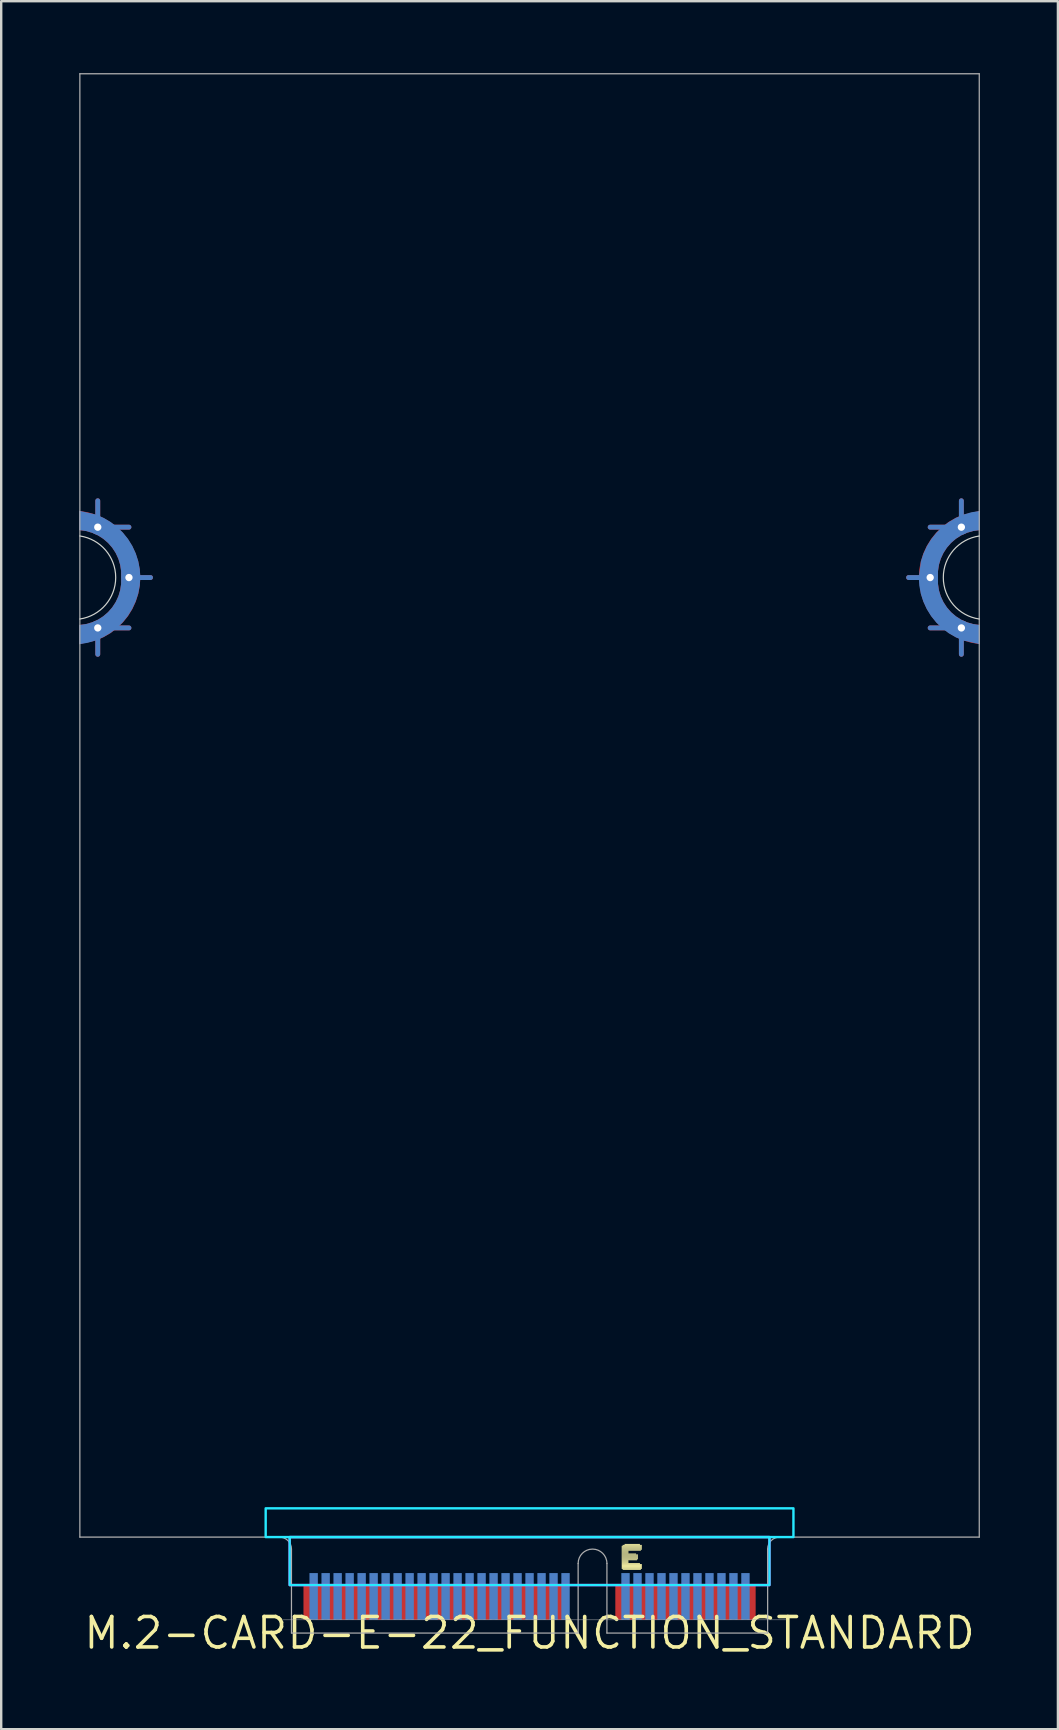
<source format=kicad_pcb>
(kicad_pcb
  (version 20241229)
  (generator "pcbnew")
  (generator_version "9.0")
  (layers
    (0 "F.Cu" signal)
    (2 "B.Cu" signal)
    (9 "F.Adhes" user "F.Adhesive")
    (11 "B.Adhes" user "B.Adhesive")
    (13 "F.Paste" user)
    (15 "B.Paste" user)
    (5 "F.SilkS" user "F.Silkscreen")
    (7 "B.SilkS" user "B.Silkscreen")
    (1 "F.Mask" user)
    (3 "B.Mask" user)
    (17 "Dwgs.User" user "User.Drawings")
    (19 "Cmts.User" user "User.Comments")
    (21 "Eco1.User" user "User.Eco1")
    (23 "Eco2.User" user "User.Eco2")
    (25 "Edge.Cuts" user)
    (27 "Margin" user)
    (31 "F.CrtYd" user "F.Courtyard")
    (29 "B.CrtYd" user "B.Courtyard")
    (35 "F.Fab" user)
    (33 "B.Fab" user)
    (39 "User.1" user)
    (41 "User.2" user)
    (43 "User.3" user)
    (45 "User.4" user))
  (footprint "M.2-CARD-E-22_FUNCTION_STANDARD"
    (layer "F.Cu")
    (at 19.025 65.025)
    (property "Reference" "M.2-CARD-E-22_FUNCTION_STANDARD" (at 0 0 0) (layer "F.SilkS") (effects (font (size 1.27 1.27) (thickness 0.15))))
    (fp_line (start -18 -46.1) (end -18 -47.2) (stroke (width 0.203) (type solid)) (layer "F.Cu"))
    (fp_line (start -18 -46.1) (end -16.7 -46.1) (stroke (width 0.203) (type solid)) (layer "F.Cu"))
    (fp_line (start -18 -41.9) (end -18 -40.8) (stroke (width 0.203) (type solid)) (layer "F.Cu"))
    (fp_line (start -18 -41.9) (end -16.7 -41.9) (stroke (width 0.203) (type solid)) (layer "F.Cu"))
    (fp_line (start -16.7 -44) (end -15.8 -44) (stroke (width 0.203) (type solid)) (layer "F.Cu"))
    (fp_line (start 16.7 -44) (end 15.8 -44) (stroke (width 0.203) (type solid)) (layer "F.Cu"))
    (fp_line (start 18 -46.1) (end 16.7 -46.1) (stroke (width 0.203) (type solid)) (layer "F.Cu"))
    (fp_line (start 18 -46.1) (end 18 -47.2) (stroke (width 0.203) (type solid)) (layer "F.Cu"))
    (fp_line (start 18 -41.9) (end 16.7 -41.9) (stroke (width 0.203) (type solid)) (layer "F.Cu"))
    (fp_line (start 18 -41.9) (end 18 -40.8) (stroke (width 0.203) (type solid)) (layer "F.Cu"))
    (fp_poly (pts (xy -18.41 -46.718) (xy -18.083 -46.622) (xy -17.769 -46.486) (xy -17.474 -46.313) (xy -17.203 -46.106) (xy -16.958 -45.868) (xy -16.744 -45.602) (xy -16.564 -45.311) (xy -16.42 -45.001) (xy -16.314 -44.676) (xy -16.249 -44.341) (xy -16.225 -44) (xy -16.247 -43.658) (xy -16.31 -43.322) (xy -16.414 -42.996) (xy -16.557 -42.685) (xy -16.737 -42.394) (xy -16.952 -42.127) (xy -17.197 -41.888) (xy -17.47 -41.681) (xy -17.766 -41.509) (xy -18.081 -41.374) (xy -18.775 -41.219) (xy -18.775 -42.022) (xy -18.49 -42.061) (xy -18.235 -42.135) (xy -17.994 -42.243) (xy -17.771 -42.385) (xy -17.57 -42.558) (xy -17.396 -42.757) (xy -17.252 -42.979) (xy -17.141 -43.219) (xy -17.065 -43.472) (xy -17.026 -43.734) (xy -17.025 -44) (xy -17.026 -44.266) (xy -17.065 -44.528) (xy -17.141 -44.781) (xy -17.252 -45.021) (xy -17.396 -45.243) (xy -17.57 -45.442) (xy -17.771 -45.615) (xy -17.994 -45.757) (xy -18.235 -45.865) (xy -18.49 -45.939) (xy -18.775 -45.978) (xy -18.775 -46.78)) (stroke (width 0) (type default)) (fill yes) (layer "F.Cu"))
    (fp_poly (pts (xy 18.775 -45.978) (xy 18.49 -45.939) (xy 18.235 -45.865) (xy 17.994 -45.757) (xy 17.771 -45.615) (xy 17.57 -45.442) (xy 17.396 -45.243) (xy 17.252 -45.021) (xy 17.141 -44.781) (xy 17.065 -44.528) (xy 17.026 -44.266) (xy 17.025 -44) (xy 17.026 -43.734) (xy 17.065 -43.472) (xy 17.141 -43.219) (xy 17.252 -42.979) (xy 17.396 -42.757) (xy 17.57 -42.558) (xy 17.771 -42.385) (xy 17.994 -42.243) (xy 18.235 -42.135) (xy 18.49 -42.061) (xy 18.775 -42.022) (xy 18.775 -41.225) (xy 18.748 -41.225) (xy 18.41 -41.282) (xy 18.083 -41.378) (xy 17.769 -41.514) (xy 17.474 -41.687) (xy 17.203 -41.894) (xy 16.958 -42.132) (xy 16.744 -42.398) (xy 16.564 -42.689) (xy 16.42 -42.999) (xy 16.314 -43.324) (xy 16.228 -43.976) (xy 16.223 -43.976) (xy 16.225 -43.999) (xy 16.222 -44.023) (xy 16.226 -44.024) (xy 16.247 -44.342) (xy 16.31 -44.678) (xy 16.414 -45.004) (xy 16.557 -45.315) (xy 16.737 -45.606) (xy 16.952 -45.873) (xy 17.197 -46.112) (xy 17.47 -46.319) (xy 17.766 -46.491) (xy 18.081 -46.626) (xy 18.775 -46.781)) (stroke (width 0) (type default)) (fill yes) (layer "F.Cu"))
    (fp_poly (pts (xy -18.666 -46.755) (xy -18.336 -46.694) (xy -18.016 -46.595) (xy -17.71 -46.457) (xy -17.424 -46.284) (xy -17.16 -46.077) (xy -16.923 -45.84) (xy -16.716 -45.576) (xy -16.543 -45.29) (xy -16.405 -44.984) (xy -16.306 -44.664) (xy -16.245 -44.334) (xy -16.225 -44) (xy -16.245 -43.666) (xy -16.306 -43.336) (xy -16.405 -43.016) (xy -16.543 -42.71) (xy -16.716 -42.424) (xy -16.923 -42.16) (xy -17.16 -41.923) (xy -17.424 -41.716) (xy -17.71 -41.543) (xy -18.016 -41.405) (xy -18.336 -41.306) (xy -18.666 -41.245) (xy -19.025 -41.223) (xy -19.025 -42.273) (xy -18.73 -42.296) (xy -18.467 -42.359) (xy -18.217 -42.463) (xy -17.986 -42.605) (xy -17.78 -42.78) (xy -17.605 -42.986) (xy -17.463 -43.217) (xy -17.36 -43.466) (xy -17.275 -44.001) (xy -17.296 -44.27) (xy -17.36 -44.533) (xy -17.463 -44.783) (xy -17.605 -45.014) (xy -17.78 -45.22) (xy -17.986 -45.395) (xy -18.217 -45.537) (xy -18.466 -45.64) (xy -19.025 -45.729) (xy -19.025 -46.777)) (stroke (width 0) (type default)) (fill yes) (layer "F.Mask"))
    (fp_poly (pts (xy 19.025 -45.727) (xy 18.73 -45.704) (xy 18.467 -45.64) (xy 18.217 -45.537) (xy 17.986 -45.395) (xy 17.78 -45.22) (xy 17.605 -45.014) (xy 17.463 -44.783) (xy 17.36 -44.534) (xy 17.275 -43.999) (xy 17.296 -43.73) (xy 17.36 -43.467) (xy 17.463 -43.217) (xy 17.605 -42.986) (xy 17.78 -42.78) (xy 17.986 -42.605) (xy 18.217 -42.463) (xy 18.466 -42.36) (xy 19.025 -42.271) (xy 19.025 -41.223) (xy 18.666 -41.245) (xy 18.336 -41.306) (xy 18.016 -41.405) (xy 17.71 -41.543) (xy 17.424 -41.716) (xy 17.16 -41.923) (xy 16.923 -42.16) (xy 16.716 -42.424) (xy 16.543 -42.71) (xy 16.405 -43.016) (xy 16.306 -43.336) (xy 16.245 -43.666) (xy 16.225 -44) (xy 16.245 -44.334) (xy 16.306 -44.664) (xy 16.405 -44.984) (xy 16.543 -45.29) (xy 16.716 -45.576) (xy 16.923 -45.84) (xy 17.16 -46.077) (xy 17.424 -46.284) (xy 17.71 -46.457) (xy 18.016 -46.595) (xy 18.336 -46.694) (xy 18.666 -46.755) (xy 19.025 -46.777)) (stroke (width 0) (type default)) (fill yes) (layer "F.Mask"))
    (fp_line (start -18 -46.1) (end -18 -47.2) (stroke (width 0.203) (type solid)) (layer "B.Cu"))
    (fp_line (start -18 -46.1) (end -16.7 -46.1) (stroke (width 0.203) (type solid)) (layer "B.Cu"))
    (fp_line (start -18 -41.9) (end -18 -40.8) (stroke (width 0.203) (type solid)) (layer "B.Cu"))
    (fp_line (start -18 -41.9) (end -16.7 -41.9) (stroke (width 0.203) (type solid)) (layer "B.Cu"))
    (fp_line (start -16.7 -44) (end -15.8 -44) (stroke (width 0.203) (type solid)) (layer "B.Cu"))
    (fp_line (start 16.7 -44) (end 15.8 -44) (stroke (width 0.203) (type solid)) (layer "B.Cu"))
    (fp_line (start 18 -46.1) (end 16.7 -46.1) (stroke (width 0.203) (type solid)) (layer "B.Cu"))
    (fp_line (start 18 -46.1) (end 18 -47.2) (stroke (width 0.203) (type solid)) (layer "B.Cu"))
    (fp_line (start 18 -41.9) (end 16.7 -41.9) (stroke (width 0.203) (type solid)) (layer "B.Cu"))
    (fp_line (start 18 -41.9) (end 18 -40.8) (stroke (width 0.203) (type solid)) (layer "B.Cu"))
    (fp_poly (pts (xy 18.775 -45.978) (xy 18.49 -45.939) (xy 18.235 -45.865) (xy 17.994 -45.757) (xy 17.771 -45.615) (xy 17.57 -45.442) (xy 17.396 -45.243) (xy 17.252 -45.021) (xy 17.141 -44.781) (xy 17.065 -44.528) (xy 17.026 -44.266) (xy 17.025 -44) (xy 17.026 -43.734) (xy 17.065 -43.472) (xy 17.141 -43.219) (xy 17.252 -42.979) (xy 17.396 -42.757) (xy 17.57 -42.558) (xy 17.771 -42.385) (xy 17.994 -42.243) (xy 18.235 -42.135) (xy 18.49 -42.061) (xy 18.775 -42.022) (xy 18.775 -41.219) (xy 18.081 -41.374) (xy 17.766 -41.509) (xy 17.47 -41.681) (xy 17.197 -41.888) (xy 16.952 -42.127) (xy 16.737 -42.394) (xy 16.557 -42.685) (xy 16.414 -42.996) (xy 16.31 -43.322) (xy 16.247 -43.658) (xy 16.225 -44.001) (xy 16.314 -44.676) (xy 16.42 -45.001) (xy 16.564 -45.311) (xy 16.744 -45.602) (xy 16.958 -45.868) (xy 17.203 -46.106) (xy 17.474 -46.313) (xy 17.769 -46.486) (xy 18.083 -46.622) (xy 18.41 -46.718) (xy 18.775 -46.78)) (stroke (width 0) (type default)) (fill yes) (layer "B.Cu"))
    (fp_poly (pts (xy -18.081 -46.626) (xy -17.766 -46.491) (xy -17.47 -46.319) (xy -17.197 -46.112) (xy -16.952 -45.873) (xy -16.737 -45.606) (xy -16.557 -45.315) (xy -16.414 -45.004) (xy -16.31 -44.678) (xy -16.247 -44.342) (xy -16.226 -44.024) (xy -16.223 -44.024) (xy -16.225 -44) (xy -16.223 -43.976) (xy -16.227 -43.976) (xy -16.249 -43.659) (xy -16.314 -43.324) (xy -16.42 -42.999) (xy -16.564 -42.689) (xy -16.744 -42.398) (xy -16.958 -42.132) (xy -17.203 -41.894) (xy -17.474 -41.687) (xy -17.769 -41.514) (xy -18.083 -41.378) (xy -18.41 -41.282) (xy -18.748 -41.225) (xy -18.775 -41.225) (xy -18.775 -42.022) (xy -18.49 -42.061) (xy -18.235 -42.135) (xy -17.994 -42.243) (xy -17.771 -42.385) (xy -17.57 -42.558) (xy -17.396 -42.757) (xy -17.252 -42.979) (xy -17.141 -43.219) (xy -17.065 -43.472) (xy -17.026 -43.734) (xy -17.025 -44) (xy -17.026 -44.266) (xy -17.065 -44.528) (xy -17.141 -44.781) (xy -17.252 -45.021) (xy -17.396 -45.243) (xy -17.57 -45.442) (xy -17.771 -45.615) (xy -17.994 -45.757) (xy -18.235 -45.865) (xy -18.49 -45.939) (xy -18.775 -45.978) (xy -18.775 -46.781)) (stroke (width 0) (type default)) (fill yes) (layer "B.Cu"))
    (fp_poly (pts (xy -18.666 -46.755) (xy -18.336 -46.694) (xy -18.016 -46.595) (xy -17.71 -46.457) (xy -17.424 -46.284) (xy -17.16 -46.077) (xy -16.923 -45.84) (xy -16.716 -45.576) (xy -16.543 -45.29) (xy -16.405 -44.984) (xy -16.306 -44.664) (xy -16.245 -44.334) (xy -16.225 -44) (xy -16.245 -43.666) (xy -16.306 -43.336) (xy -16.405 -43.016) (xy -16.543 -42.71) (xy -16.716 -42.424) (xy -16.923 -42.16) (xy -17.16 -41.923) (xy -17.424 -41.716) (xy -17.71 -41.543) (xy -18.016 -41.405) (xy -18.336 -41.306) (xy -18.666 -41.245) (xy -19.025 -41.223) (xy -19.025 -42.273) (xy -18.73 -42.296) (xy -18.467 -42.359) (xy -18.217 -42.463) (xy -17.986 -42.605) (xy -17.78 -42.78) (xy -17.605 -42.986) (xy -17.463 -43.217) (xy -17.36 -43.466) (xy -17.275 -44.001) (xy -17.296 -44.27) (xy -17.36 -44.533) (xy -17.463 -44.783) (xy -17.605 -45.014) (xy -17.78 -45.22) (xy -17.986 -45.395) (xy -18.217 -45.537) (xy -18.466 -45.64) (xy -19.025 -45.729) (xy -19.025 -46.777)) (stroke (width 0) (type default)) (fill yes) (layer "B.Mask"))
    (fp_poly (pts (xy 19.025 -45.727) (xy 18.73 -45.704) (xy 18.467 -45.64) (xy 18.217 -45.537) (xy 17.986 -45.395) (xy 17.78 -45.22) (xy 17.605 -45.014) (xy 17.463 -44.783) (xy 17.36 -44.534) (xy 17.275 -43.999) (xy 17.296 -43.73) (xy 17.36 -43.467) (xy 17.463 -43.217) (xy 17.605 -42.986) (xy 17.78 -42.78) (xy 17.986 -42.605) (xy 18.217 -42.463) (xy 18.466 -42.36) (xy 19.025 -42.271) (xy 19.025 -41.223) (xy 18.666 -41.245) (xy 18.336 -41.306) (xy 18.016 -41.405) (xy 17.71 -41.543) (xy 17.424 -41.716) (xy 17.16 -41.923) (xy 16.923 -42.16) (xy 16.716 -42.424) (xy 16.543 -42.71) (xy 16.405 -43.016) (xy 16.306 -43.336) (xy 16.245 -43.666) (xy 16.225 -44) (xy 16.245 -44.334) (xy 16.306 -44.664) (xy 16.405 -44.984) (xy 16.543 -45.29) (xy 16.716 -45.576) (xy 16.923 -45.84) (xy 17.16 -46.077) (xy 17.424 -46.284) (xy 17.71 -46.457) (xy 18.016 -46.595) (xy 18.336 -46.694) (xy 18.666 -46.755) (xy 19.025 -46.777)) (stroke (width 0) (type default)) (fill yes) (layer "B.Mask"))
    (fp_poly (pts (xy 3.841 -3.595) (xy 4.681 -3.595) (xy 4.681 -3.635) (xy 3.841 -3.635)) (stroke (width 0) (type default)) (fill yes) (layer "F.SilkS"))
    (fp_poly (pts (xy 3.841 -3.555) (xy 4.681 -3.555) (xy 4.681 -3.595) (xy 3.841 -3.595)) (stroke (width 0) (type default)) (fill yes) (layer "F.SilkS"))
    (fp_poly (pts (xy 3.841 -3.515) (xy 4.681 -3.515) (xy 4.681 -3.555) (xy 3.841 -3.555)) (stroke (width 0) (type default)) (fill yes) (layer "F.SilkS"))
    (fp_poly (pts (xy 3.841 -3.475) (xy 4.681 -3.475) (xy 4.681 -3.515) (xy 3.841 -3.515)) (stroke (width 0) (type default)) (fill yes) (layer "F.SilkS"))
    (fp_poly (pts (xy 3.841 -3.435) (xy 4.641 -3.435) (xy 4.641 -3.475) (xy 3.841 -3.475)) (stroke (width 0) (type default)) (fill yes) (layer "F.SilkS"))
    (fp_poly (pts (xy 3.841 -3.395) (xy 4.121 -3.395) (xy 4.121 -3.435) (xy 3.841 -3.435)) (stroke (width 0) (type default)) (fill yes) (layer "F.SilkS"))
    (fp_poly (pts (xy 3.841 -3.355) (xy 4.121 -3.355) (xy 4.121 -3.395) (xy 3.841 -3.395)) (stroke (width 0) (type default)) (fill yes) (layer "F.SilkS"))
    (fp_poly (pts (xy 3.841 -3.315) (xy 4.121 -3.315) (xy 4.121 -3.355) (xy 3.841 -3.355)) (stroke (width 0) (type default)) (fill yes) (layer "F.SilkS"))
    (fp_poly (pts (xy 3.841 -3.275) (xy 4.441 -3.275) (xy 4.441 -3.315) (xy 3.841 -3.315)) (stroke (width 0) (type default)) (fill yes) (layer "F.SilkS"))
    (fp_poly (pts (xy 3.841 -3.235) (xy 4.521 -3.235) (xy 4.521 -3.275) (xy 3.841 -3.275)) (stroke (width 0) (type default)) (fill yes) (layer "F.SilkS"))
    (fp_poly (pts (xy 3.841 -3.195) (xy 4.521 -3.195) (xy 4.521 -3.235) (xy 3.841 -3.235)) (stroke (width 0) (type default)) (fill yes) (layer "F.SilkS"))
    (fp_poly (pts (xy 3.841 -3.155) (xy 4.521 -3.155) (xy 4.521 -3.195) (xy 3.841 -3.195)) (stroke (width 0) (type default)) (fill yes) (layer "F.SilkS"))
    (fp_poly (pts (xy 3.841 -3.115) (xy 4.521 -3.115) (xy 4.521 -3.155) (xy 3.841 -3.155)) (stroke (width 0) (type default)) (fill yes) (layer "F.SilkS"))
    (fp_poly (pts (xy 3.841 -3.075) (xy 4.521 -3.075) (xy 4.521 -3.115) (xy 3.841 -3.115)) (stroke (width 0) (type default)) (fill yes) (layer "F.SilkS"))
    (fp_poly (pts (xy 3.841 -3.035) (xy 4.481 -3.035) (xy 4.481 -3.075) (xy 3.841 -3.075)) (stroke (width 0) (type default)) (fill yes) (layer "F.SilkS"))
    (fp_poly (pts (xy 3.841 -2.995) (xy 4.121 -2.995) (xy 4.121 -3.035) (xy 3.841 -3.035)) (stroke (width 0) (type default)) (fill yes) (layer "F.SilkS"))
    (fp_poly (pts (xy 3.841 -2.955) (xy 4.121 -2.955) (xy 4.121 -2.995) (xy 3.841 -2.995)) (stroke (width 0) (type default)) (fill yes) (layer "F.SilkS"))
    (fp_poly (pts (xy 3.841 -2.915) (xy 4.121 -2.915) (xy 4.121 -2.955) (xy 3.841 -2.955)) (stroke (width 0) (type default)) (fill yes) (layer "F.SilkS"))
    (fp_poly (pts (xy 3.841 -2.875) (xy 4.601 -2.875) (xy 4.601 -2.915) (xy 3.841 -2.915)) (stroke (width 0) (type default)) (fill yes) (layer "F.SilkS"))
    (fp_poly (pts (xy 3.841 -2.835) (xy 4.681 -2.835) (xy 4.681 -2.875) (xy 3.841 -2.875)) (stroke (width 0) (type default)) (fill yes) (layer "F.SilkS"))
    (fp_poly (pts (xy 3.841 -2.795) (xy 4.681 -2.795) (xy 4.681 -2.835) (xy 3.841 -2.835)) (stroke (width 0) (type default)) (fill yes) (layer "F.SilkS"))
    (fp_poly (pts (xy 3.841 -2.755) (xy 4.681 -2.755) (xy 4.681 -2.795) (xy 3.841 -2.795)) (stroke (width 0) (type default)) (fill yes) (layer "F.SilkS"))
    (fp_poly (pts (xy 3.841 -2.715) (xy 4.681 -2.715) (xy 4.681 -2.755) (xy 3.841 -2.755)) (stroke (width 0) (type default)) (fill yes) (layer "F.SilkS"))
    (fp_poly (pts (xy 3.841 -2.675) (xy 4.681 -2.675) (xy 4.681 -2.715) (xy 3.841 -2.715)) (stroke (width 0) (type default)) (fill yes) (layer "F.SilkS"))
    (fp_poly (pts (xy 3.881 -3.635) (xy 4.681 -3.635) (xy 4.681 -3.675) (xy 3.881 -3.675)) (stroke (width 0) (type default)) (fill yes) (layer "F.SilkS"))
    (fp_poly (pts (xy 3.881 -2.635) (xy 4.641 -2.635) (xy 4.641 -2.675) (xy 3.881 -2.675)) (stroke (width 0) (type default)) (fill yes) (layer "F.SilkS"))
    (fp_poly (pts (xy 3.961 -3.675) (xy 4.601 -3.675) (xy 4.601 -3.715) (xy 3.961 -3.715)) (stroke (width 0) (type default)) (fill yes) (layer "F.SilkS"))
    (fp_arc (start -18.747 -45.733) (mid -17.251744 -44.002864) (end -18.744998 -42.270999) (stroke (width 0.05) (type solid)) (layer "Edge.Cuts"))
    (fp_arc (start 18.747999 -42.269999) (mid 17.247963 -43.998769) (end 18.744 -45.731) (stroke (width 0.05) (type solid)) (layer "Edge.Cuts"))
    (fp_poly (pts (xy 10 -4) (xy -10 -4) (xy -10 -2) (xy 10 -2)) (stroke (width 0.1) (type default)) (fill no) (layer "B.CrtYd"))
    (fp_poly (pts (xy 11 -5.2) (xy -11 -5.2) (xy -11 -4) (xy 11 -4)) (stroke (width 0.1) (type default)) (fill no) (layer "B.CrtYd"))
    (fp_poly (pts (xy 10 -4) (xy -10 -4) (xy -10 -2) (xy 10 -2)) (stroke (width 0.1) (type default)) (fill no) (layer "F.CrtYd"))
    (fp_line (start -18.746 -65) (end 18.746 -65) (stroke (width 0.051) (type solid)) (layer "F.Fab"))
    (fp_line (start -18.746 -4) (end -18.746 -65) (stroke (width 0.051) (type solid)) (layer "F.Fab"))
    (fp_line (start -10.425 -4) (end -18.746 -4) (stroke (width 0.051) (type solid)) (layer "F.Fab"))
    (fp_line (start -10.3 -0.55) (end 10.7 -0.55) (stroke (width 0.02) (type solid)) (layer "F.Fab"))
    (fp_line (start -9.925 0) (end -9.925 -3.5) (stroke (width 0.051) (type solid)) (layer "F.Fab"))
    (fp_line (start 2.025 -2.9) (end 2.025 0) (stroke (width 0.051) (type solid)) (layer "F.Fab"))
    (fp_line (start 2.025 0) (end -9.925 0) (stroke (width 0.051) (type solid)) (layer "F.Fab"))
    (fp_line (start 3.225 -2.9) (end 3.225 0) (stroke (width 0.051) (type solid)) (layer "F.Fab"))
    (fp_line (start 9.925 -3.5) (end 9.925 0) (stroke (width 0.051) (type solid)) (layer "F.Fab"))
    (fp_line (start 9.925 0) (end 3.225 0) (stroke (width 0.051) (type solid)) (layer "F.Fab"))
    (fp_line (start 10.425 -4) (end 18.746 -4) (stroke (width 0.051) (type solid)) (layer "F.Fab"))
    (fp_line (start 18.746 -4) (end 18.746 -65) (stroke (width 0.051) (type solid)) (layer "F.Fab"))
    (fp_arc (start -10.425 -4) (mid -10.071447 -3.853553) (end -9.925 -3.5) (stroke (width 0.0508) (type solid)) (layer "F.Fab"))
    (fp_arc (start 2.025 -2.9) (mid 2.625 -3.5) (end 3.225 -2.9) (stroke (width 0.0508) (type solid)) (layer "F.Fab"))
    (fp_arc (start 9.925 -3.5) (mid 10.071447 -3.853553) (end 10.425 -4) (stroke (width 0.0508) (type solid)) (layer "F.Fab"))
    (fp_text user "Route\nOut" (at -18.046 -44 90) (unlocked yes) (layer "Edge.Cuts") (effects (font (size 0.276 0.276) (thickness 0.024))))
    (fp_text user "Route\nOut" (at 18.046 -44 270) (unlocked yes) (layer "Edge.Cuts") (effects (font (size 0.276 0.276) (thickness 0.024))))
    (pad "1" smd rect (at 9.25 -1.275 180) (size 0.35 1.45) (layers "F.Cu" "F.Mask"))
    (pad "2" smd rect (at 9 -1.525) (size 0.35 1.95) (layers "B.Cu" "B.Mask"))
    (pad "3" smd rect (at 8.75 -1.275 180) (size 0.35 1.45) (layers "F.Cu" "F.Mask"))
    (pad "4" smd rect (at 8.5 -1.525) (size 0.35 1.95) (layers "B.Cu" "B.Mask"))
    (pad "5" smd rect (at 8.25 -1.275 180) (size 0.35 1.45) (layers "F.Cu" "F.Mask"))
    (pad "6" smd rect (at 8 -1.525) (size 0.35 1.95) (layers "B.Cu" "B.Mask"))
    (pad "7" smd rect (at 7.75 -1.275 180) (size 0.35 1.45) (layers "F.Cu" "F.Mask"))
    (pad "8" smd rect (at 7.5 -1.525) (size 0.35 1.95) (layers "B.Cu" "B.Mask"))
    (pad "9" smd rect (at 7.25 -1.275 180) (size 0.35 1.45) (layers "F.Cu" "F.Mask"))
    (pad "10" smd rect (at 7 -1.525) (size 0.35 1.95) (layers "B.Cu" "B.Mask"))
    (pad "11" smd rect (at 6.75 -1.275 180) (size 0.35 1.45) (layers "F.Cu" "F.Mask"))
    (pad "12" smd rect (at 6.5 -1.525) (size 0.35 1.95) (layers "B.Cu" "B.Mask"))
    (pad "13" smd rect (at 6.25 -1.275 180) (size 0.35 1.45) (layers "F.Cu" "F.Mask"))
    (pad "14" smd rect (at 6 -1.525) (size 0.35 1.95) (layers "B.Cu" "B.Mask"))
    (pad "15" smd rect (at 5.75 -1.275 180) (size 0.35 1.45) (layers "F.Cu" "F.Mask"))
    (pad "16" smd rect (at 5.5 -1.525) (size 0.35 1.95) (layers "B.Cu" "B.Mask"))
    (pad "17" smd rect (at 5.25 -1.275 180) (size 0.35 1.45) (layers "F.Cu" "F.Mask"))
    (pad "18" smd rect (at 5 -1.525) (size 0.35 1.95) (layers "B.Cu" "B.Mask"))
    (pad "19" smd rect (at 4.75 -1.275 180) (size 0.35 1.45) (layers "F.Cu" "F.Mask"))
    (pad "20" smd rect (at 4.5 -1.525) (size 0.35 1.95) (layers "B.Cu" "B.Mask"))
    (pad "21" smd rect (at 4.25 -1.275 180) (size 0.35 1.45) (layers "F.Cu" "F.Mask"))
    (pad "22" smd rect (at 4 -1.525) (size 0.35 1.95) (layers "B.Cu" "B.Mask"))
    (pad "23" smd rect (at 3.75 -1.275 180) (size 0.35 1.45) (layers "F.Cu" "F.Mask"))
    (pad "32" smd rect (at 1.5 -1.525) (size 0.35 1.95) (layers "B.Cu" "B.Mask"))
    (pad "33" smd rect (at 1.25 -1.275 180) (size 0.35 1.45) (layers "F.Cu" "F.Mask"))
    (pad "34" smd rect (at 1 -1.525) (size 0.35 1.95) (layers "B.Cu" "B.Mask"))
    (pad "35" smd rect (at 0.75 -1.275 180) (size 0.35 1.45) (layers "F.Cu" "F.Mask"))
    (pad "36" smd rect (at 0.5 -1.525) (size 0.35 1.95) (layers "B.Cu" "B.Mask"))
    (pad "37" smd rect (at 0.25 -1.275 180) (size 0.35 1.45) (layers "F.Cu" "F.Mask"))
    (pad "38" smd rect (at 0 -1.525) (size 0.35 1.95) (layers "B.Cu" "B.Mask"))
    (pad "39" smd rect (at -0.25 -1.275 180) (size 0.35 1.45) (layers "F.Cu" "F.Mask"))
    (pad "40" smd rect (at -0.5 -1.525) (size 0.35 1.95) (layers "B.Cu" "B.Mask"))
    (pad "41" smd rect (at -0.75 -1.275 180) (size 0.35 1.45) (layers "F.Cu" "F.Mask"))
    (pad "42" smd rect (at -1 -1.525) (size 0.35 1.95) (layers "B.Cu" "B.Mask"))
    (pad "43" smd rect (at -1.25 -1.275 180) (size 0.35 1.45) (layers "F.Cu" "F.Mask"))
    (pad "44" smd rect (at -1.5 -1.525) (size 0.35 1.95) (layers "B.Cu" "B.Mask"))
    (pad "45" smd rect (at -1.75 -1.275 180) (size 0.35 1.45) (layers "F.Cu" "F.Mask"))
    (pad "46" smd rect (at -2 -1.525) (size 0.35 1.95) (layers "B.Cu" "B.Mask"))
    (pad "47" smd rect (at -2.25 -1.275 180) (size 0.35 1.45) (layers "F.Cu" "F.Mask"))
    (pad "48" smd rect (at -2.5 -1.525) (size 0.35 1.95) (layers "B.Cu" "B.Mask"))
    (pad "49" smd rect (at -2.75 -1.275 180) (size 0.35 1.45) (layers "F.Cu" "F.Mask"))
    (pad "50" smd rect (at -3 -1.525) (size 0.35 1.95) (layers "B.Cu" "B.Mask"))
    (pad "51" smd rect (at -3.25 -1.275 180) (size 0.35 1.45) (layers "F.Cu" "F.Mask"))
    (pad "52" smd rect (at -3.5 -1.525) (size 0.35 1.95) (layers "B.Cu" "B.Mask"))
    (pad "53" smd rect (at -3.75 -1.275 180) (size 0.35 1.45) (layers "F.Cu" "F.Mask"))
    (pad "54" smd rect (at -4 -1.525) (size 0.35 1.95) (layers "B.Cu" "B.Mask"))
    (pad "55" smd rect (at -4.25 -1.275 180) (size 0.35 1.45) (layers "F.Cu" "F.Mask"))
    (pad "56" smd rect (at -4.5 -1.525) (size 0.35 1.95) (layers "B.Cu" "B.Mask"))
    (pad "57" smd rect (at -4.75 -1.275 180) (size 0.35 1.45) (layers "F.Cu" "F.Mask"))
    (pad "58" smd rect (at -5 -1.525) (size 0.35 1.95) (layers "B.Cu" "B.Mask"))
    (pad "59" smd rect (at -5.25 -1.275 180) (size 0.35 1.45) (layers "F.Cu" "F.Mask"))
    (pad "60" smd rect (at -5.5 -1.525) (size 0.35 1.95) (layers "B.Cu" "B.Mask"))
    (pad "61" smd rect (at -5.75 -1.275 180) (size 0.35 1.45) (layers "F.Cu" "F.Mask"))
    (pad "62" smd rect (at -6 -1.525) (size 0.35 1.95) (layers "B.Cu" "B.Mask"))
    (pad "63" smd rect (at -6.25 -1.275 180) (size 0.35 1.45) (layers "F.Cu" "F.Mask"))
    (pad "64" smd rect (at -6.5 -1.525) (size 0.35 1.95) (layers "B.Cu" "B.Mask"))
    (pad "65" smd rect (at -6.75 -1.275 180) (size 0.35 1.45) (layers "F.Cu" "F.Mask"))
    (pad "66" smd rect (at -7 -1.525) (size 0.35 1.95) (layers "B.Cu" "B.Mask"))
    (pad "67" smd rect (at -7.25 -1.275 180) (size 0.35 1.45) (layers "F.Cu" "F.Mask"))
    (pad "68" smd rect (at -7.5 -1.525) (size 0.35 1.95) (layers "B.Cu" "B.Mask"))
    (pad "69" smd rect (at -7.75 -1.275 180) (size 0.35 1.45) (layers "F.Cu" "F.Mask"))
    (pad "70" smd rect (at -8 -1.525) (size 0.35 1.95) (layers "B.Cu" "B.Mask"))
    (pad "71" smd rect (at -8.25 -1.275 180) (size 0.35 1.45) (layers "F.Cu" "F.Mask"))
    (pad "72" smd rect (at -8.5 -1.525) (size 0.35 1.95) (layers "B.Cu" "B.Mask"))
    (pad "73" smd rect (at -8.75 -1.275 180) (size 0.35 1.45) (layers "F.Cu" "F.Mask"))
    (pad "74" smd rect (at -9 -1.525) (size 0.35 1.95) (layers "B.Cu" "B.Mask"))
    (pad "75" smd rect (at -9.25 -1.275 180) (size 0.35 1.45) (layers "F.Cu" "F.Mask"))
    (pad "GND1" thru_hole circle (at -18 -41.9 90) (size 0.61 0.61) (drill 0.305) (layers "*.Cu" "*.Mask"))
    (pad "GND2" thru_hole circle (at -16.7 -44 90) (size 0.61 0.61) (drill 0.305) (layers "*.Cu" "*.Mask"))
    (pad "GND3" thru_hole circle (at -18 -46.1 90) (size 0.61 0.61) (drill 0.305) (layers "*.Cu" "*.Mask"))
    (pad "GND4" thru_hole circle (at 18 -41.9 270) (size 0.61 0.61) (drill 0.305) (layers "*.Cu" "*.Mask"))
    (pad "GND5" thru_hole circle (at 16.7 -44 270) (size 0.61 0.61) (drill 0.305) (layers "*.Cu" "*.Mask"))
    (pad "GND6" thru_hole circle (at 18 -46.1 270) (size 0.61 0.61) (drill 0.305) (layers "*.Cu" "*.Mask")))
  (gr_rect
    (start -3 -3)
    (end 41.05 69.032)
    (stroke (width 0.1) (type default))
    (fill no)
    (layer "Edge.Cuts")))
</source>
